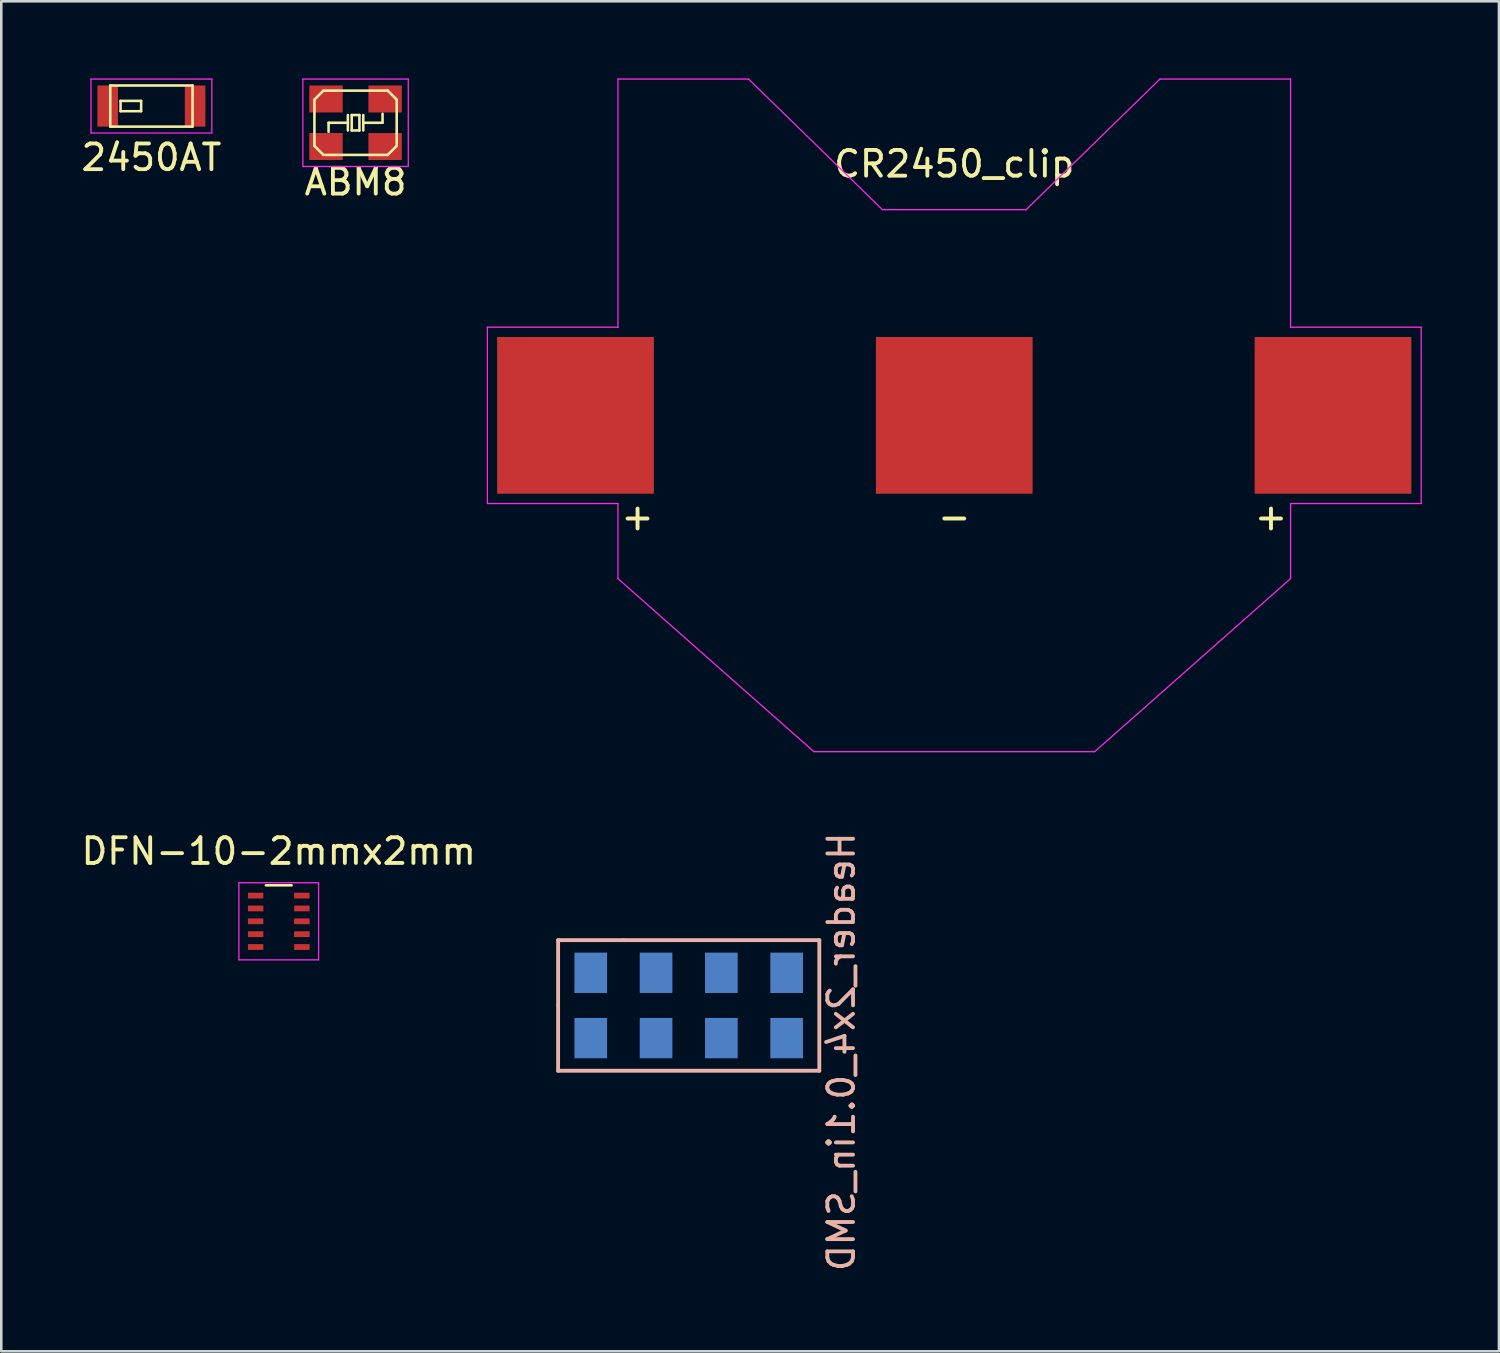
<source format=kicad_pcb>
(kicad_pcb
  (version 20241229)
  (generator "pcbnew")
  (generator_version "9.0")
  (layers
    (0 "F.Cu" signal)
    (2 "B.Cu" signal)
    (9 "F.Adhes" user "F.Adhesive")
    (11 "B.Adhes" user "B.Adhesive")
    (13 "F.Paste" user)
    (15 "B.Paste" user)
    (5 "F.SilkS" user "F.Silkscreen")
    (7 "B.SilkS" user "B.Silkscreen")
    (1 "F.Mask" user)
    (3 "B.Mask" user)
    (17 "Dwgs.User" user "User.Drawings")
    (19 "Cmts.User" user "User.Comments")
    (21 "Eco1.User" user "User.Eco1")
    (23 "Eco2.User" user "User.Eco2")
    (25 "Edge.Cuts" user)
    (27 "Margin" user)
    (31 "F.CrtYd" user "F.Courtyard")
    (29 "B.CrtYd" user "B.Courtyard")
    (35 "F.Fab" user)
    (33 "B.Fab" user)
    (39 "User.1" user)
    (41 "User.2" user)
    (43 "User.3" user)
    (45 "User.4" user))
  (footprint "ABM8"
    (layer "F.Cu")
    (at 10.78 1.725)
    (property "Reference" "ABM8" (at 0 2.3 0) (layer "F.SilkS") (effects (font (size 1 1) (thickness 0.15))))
    (attr through_hole)
    (fp_line (start -1.6 -0.9) (end -1.6 0.9) (stroke (width 0.1) (type solid)) (layer "F.SilkS"))
    (fp_line (start -1.6 -0.9) (end -1.25 -1.25) (stroke (width 0.1) (type solid)) (layer "F.SilkS"))
    (fp_line (start -1.6 0.9) (end -1.25 1.25) (stroke (width 0.1) (type solid)) (layer "F.SilkS"))
    (fp_line (start -1.25 1.25) (end 1.25 1.25) (stroke (width 0.1) (type solid)) (layer "F.SilkS"))
    (fp_line (start -1.05 0) (end -1.05 0.35) (stroke (width 0.1) (type solid)) (layer "F.SilkS"))
    (fp_line (start -0.3 -0.3) (end -0.3 0.3) (stroke (width 0.1) (type solid)) (layer "F.SilkS"))
    (fp_line (start -0.3 0) (end -1.05 0) (stroke (width 0.1) (type solid)) (layer "F.SilkS"))
    (fp_line (start -0.15 -0.3) (end 0.15 -0.3) (stroke (width 0.1) (type solid)) (layer "F.SilkS"))
    (fp_line (start -0.15 0.3) (end -0.15 -0.3) (stroke (width 0.1) (type solid)) (layer "F.SilkS"))
    (fp_line (start 0.15 -0.3) (end 0.15 0.3) (stroke (width 0.1) (type solid)) (layer "F.SilkS"))
    (fp_line (start 0.15 0.3) (end -0.15 0.3) (stroke (width 0.1) (type solid)) (layer "F.SilkS"))
    (fp_line (start 0.3 -0.3) (end 0.3 0.3) (stroke (width 0.1) (type solid)) (layer "F.SilkS"))
    (fp_line (start 0.3 0) (end 1.05 0) (stroke (width 0.1) (type solid)) (layer "F.SilkS"))
    (fp_line (start 1.05 0) (end 1.05 -0.35) (stroke (width 0.1) (type solid)) (layer "F.SilkS"))
    (fp_line (start 1.25 -1.25) (end -1.25 -1.25) (stroke (width 0.1) (type solid)) (layer "F.SilkS"))
    (fp_line (start 1.6 -0.9) (end 1.25 -1.25) (stroke (width 0.1) (type solid)) (layer "F.SilkS"))
    (fp_line (start 1.6 -0.9) (end 1.6 0.9) (stroke (width 0.1) (type solid)) (layer "F.SilkS"))
    (fp_line (start 1.6 0.9) (end 1.25 1.25) (stroke (width 0.1) (type solid)) (layer "F.SilkS"))
    (fp_line (start -2.05 -1.7) (end 2.05 -1.7) (stroke (width 0.05) (type solid)) (layer "F.CrtYd"))
    (fp_line (start -2.05 1.7) (end -2.05 -1.7) (stroke (width 0.05) (type solid)) (layer "F.CrtYd"))
    (fp_line (start 2.05 -1.7) (end 2.05 1.7) (stroke (width 0.05) (type solid)) (layer "F.CrtYd"))
    (fp_line (start 2.05 1.7) (end -2.05 1.7) (stroke (width 0.05) (type solid)) (layer "F.CrtYd"))
    (pad "1" smd rect (at -1.15 0.925) (size 1.3 1.05) (layers "F.Cu" "F.Mask" "F.Paste"))
    (pad "2" smd rect (at -1.15 -0.925) (size 1.3 1.05) (layers "F.Cu" "F.Mask" "F.Paste"))
    (pad "2" smd rect (at 1.15 0.925) (size 1.3 1.05) (layers "F.Cu" "F.Mask" "F.Paste"))
    (pad "3" smd rect (at 1.15 -0.925) (size 1.3 1.05) (layers "F.Cu" "F.Mask" "F.Paste")))
  (footprint "2450AT"
    (layer "F.Cu")
    (at 2.839 1.075)
    (property "Reference" "2450AT" (at 0 2 0) (layer "F.SilkS") (effects (font (size 1 1) (thickness 0.15))))
    (attr through_hole)
    (fp_line (start -1.6 -0.8) (end 1.6 -0.8) (stroke (width 0.1) (type solid)) (layer "F.SilkS"))
    (fp_line (start -1.6 0.8) (end -1.6 -0.8) (stroke (width 0.1) (type solid)) (layer "F.SilkS"))
    (fp_line (start -1.2 -0.2) (end -1.2 0.2) (stroke (width 0.1) (type solid)) (layer "F.SilkS"))
    (fp_line (start -1.2 -0.2) (end -0.4 -0.2) (stroke (width 0.1) (type solid)) (layer "F.SilkS"))
    (fp_line (start -0.4 -0.2) (end -0.4 0.2) (stroke (width 0.1) (type solid)) (layer "F.SilkS"))
    (fp_line (start -0.4 0.2) (end -1.2 0.2) (stroke (width 0.1) (type solid)) (layer "F.SilkS"))
    (fp_line (start 1.6 -0.8) (end 1.6 0.8) (stroke (width 0.1) (type solid)) (layer "F.SilkS"))
    (fp_line (start 1.6 0.8) (end -1.6 0.8) (stroke (width 0.1) (type solid)) (layer "F.SilkS"))
    (fp_line (start -2.35 -1.05) (end 2.35 -1.05) (stroke (width 0.05) (type solid)) (layer "F.CrtYd"))
    (fp_line (start -2.35 1.05) (end -2.35 -1.05) (stroke (width 0.05) (type solid)) (layer "F.CrtYd"))
    (fp_line (start 2.35 -1.05) (end 2.35 1.05) (stroke (width 0.05) (type solid)) (layer "F.CrtYd"))
    (fp_line (start 2.35 1.05) (end -2.35 1.05) (stroke (width 0.05) (type solid)) (layer "F.CrtYd"))
    (pad "1" smd rect (at -1.7 0) (size 0.8 1.6) (layers "F.Cu" "F.Mask" "F.Paste"))
    (pad "2" smd rect (at 1.7 0) (size 0.8 1.6) (layers "F.Cu" "F.Mask" "F.Paste")))
  (footprint "DFN-10-2mmx2mm"
    (layer "F.Cu")
    (at 7.792 32.785)
    (property "Reference" "DFN-10-2mmx2mm" (at 0 -2.725 0) (layer "F.SilkS") (effects (font (size 1 1) (thickness 0.15))))
    (attr smd)
    (fp_line (start -0.5 -1.4) (end 0.5 -1.4) (stroke (width 0.1) (type solid)) (layer "F.SilkS"))
    (fp_line (start -1.55 -1.5) (end -1.55 1.5) (stroke (width 0.05) (type solid)) (layer "F.CrtYd"))
    (fp_line (start -1.55 1.5) (end 1.55 1.5) (stroke (width 0.05) (type solid)) (layer "F.CrtYd"))
    (fp_line (start 1.55 -1.5) (end -1.55 -1.5) (stroke (width 0.05) (type solid)) (layer "F.CrtYd"))
    (fp_line (start 1.55 1.5) (end 1.55 -1.5) (stroke (width 0.05) (type solid)) (layer "F.CrtYd"))
    (pad "1" smd rect (at -0.9 -1) (size 0.6 0.225) (layers "F.Cu" "F.Mask" "F.Paste"))
    (pad "2" smd rect (at -0.9 -0.5) (size 0.6 0.225) (layers "F.Cu" "F.Mask" "F.Paste"))
    (pad "3" smd rect (at -0.9 0) (size 0.6 0.225) (layers "F.Cu" "F.Mask" "F.Paste"))
    (pad "4" smd rect (at -0.9 0.5) (size 0.6 0.225) (layers "F.Cu" "F.Mask" "F.Paste"))
    (pad "5" smd rect (at -0.9 1) (size 0.6 0.225) (layers "F.Cu" "F.Mask" "F.Paste"))
    (pad "6" smd rect (at 0.9 1) (size 0.6 0.225) (layers "F.Cu" "F.Mask" "F.Paste"))
    (pad "7" smd rect (at 0.9 0.5) (size 0.6 0.225) (layers "F.Cu" "F.Mask" "F.Paste"))
    (pad "8" smd rect (at 0.9 0) (size 0.6 0.225) (layers "F.Cu" "F.Mask" "F.Paste"))
    (pad "9" smd rect (at 0.9 -0.5) (size 0.6 0.225) (layers "F.Cu" "F.Mask" "F.Paste"))
    (pad "10" smd rect (at 0.9 -1) (size 0.6 0.225) (layers "F.Cu" "F.Mask" "F.Paste")))
  (footprint "Header_2x4_0.1in_SMD"
    (layer "F.Cu")
    (at 23.674 36.061)
    (property "Reference" "Header_2x4_0.1in_SMD" (at 6 1.8 90) (layer "B.SilkS") (effects (font (size 1 1) (thickness 0.15)) (justify mirror)))
    (attr through_hole)
    (fp_line (start -5.016 -2.543) (end -2.476 -2.543) (stroke (width 0.15) (type solid)) (layer "B.SilkS"))
    (fp_line (start -5.016 -0.003) (end -5.016 -2.543) (stroke (width 0.15) (type solid)) (layer "B.SilkS"))
    (fp_line (start -5.016 2.537) (end -5.016 -0.003) (stroke (width 0.15) (type solid)) (layer "B.SilkS"))
    (fp_line (start -2.476 -2.543) (end 5.144 -2.543) (stroke (width 0.15) (type solid)) (layer "B.SilkS"))
    (fp_line (start 5.144 -2.543) (end 5.144 2.537) (stroke (width 0.15) (type solid)) (layer "B.SilkS"))
    (fp_line (start 5.144 2.537) (end -5.016 2.537) (stroke (width 0.15) (type solid)) (layer "B.SilkS"))
    (pad "1" smd rect (at -3.746 1.267) (size 1.27 1.57) (layers "F.Mask" "B.Cu" "F.Paste"))
    (pad "2" smd rect (at -3.746 -1.273) (size 1.27 1.57) (layers "F.Mask" "B.Cu" "F.Paste"))
    (pad "3" smd rect (at -1.206 1.267) (size 1.27 1.57) (layers "F.Mask" "B.Cu" "F.Paste"))
    (pad "4" smd rect (at -1.206 -1.273) (size 1.27 1.57) (layers "F.Mask" "B.Cu" "F.Paste"))
    (pad "5" smd rect (at 1.334 1.267) (size 1.27 1.57) (layers "F.Mask" "B.Cu" "F.Paste"))
    (pad "6" smd rect (at 1.334 -1.273) (size 1.27 1.57) (layers "F.Mask" "B.Cu" "F.Paste"))
    (pad "7" smd rect (at 3.874 1.267) (size 1.27 1.57) (layers "F.Mask" "B.Cu" "F.Paste"))
    (pad "8" smd rect (at 3.874 -1.273) (size 1.27 1.57) (layers "F.Mask" "B.Cu" "F.Paste")))
  (footprint "CR2450_clip"
    (layer "F.Cu")
    (at 34.067 13.106)
    (property "Reference" "CR2450_clip" (at 0 -9.779 0) (layer "F.SilkS") (effects (font (size 1 1) (thickness 0.15))))
    (attr through_hole)
    (fp_line (start -18.161 -3.429) (end -18.161 3.429) (stroke (width 0.05) (type solid)) (layer "F.CrtYd"))
    (fp_line (start -18.161 -3.429) (end -13.081 -3.429) (stroke (width 0.05) (type solid)) (layer "F.CrtYd"))
    (fp_line (start -18.161 3.429) (end -13.081 3.429) (stroke (width 0.05) (type solid)) (layer "F.CrtYd"))
    (fp_line (start -13.081 -3.429) (end -13.081 -13.081) (stroke (width 0.05) (type solid)) (layer "F.CrtYd"))
    (fp_line (start -13.081 3.429) (end -13.081 6.35) (stroke (width 0.05) (type solid)) (layer "F.CrtYd"))
    (fp_line (start -13.081 6.35) (end -5.461 13.081) (stroke (width 0.05) (type solid)) (layer "F.CrtYd"))
    (fp_line (start -8.001 -13.081) (end -13.081 -13.081) (stroke (width 0.05) (type solid)) (layer "F.CrtYd"))
    (fp_line (start -8.001 -13.081) (end -2.794 -8.001) (stroke (width 0.05) (type solid)) (layer "F.CrtYd"))
    (fp_line (start -5.461 13.081) (end 5.461 13.081) (stroke (width 0.05) (type solid)) (layer "F.CrtYd"))
    (fp_line (start -2.794 -8.001) (end 2.794 -8.001) (stroke (width 0.05) (type solid)) (layer "F.CrtYd"))
    (fp_line (start 8.001 -13.081) (end 2.794 -8.001) (stroke (width 0.05) (type solid)) (layer "F.CrtYd"))
    (fp_line (start 13.081 -13.081) (end 8.001 -13.081) (stroke (width 0.05) (type solid)) (layer "F.CrtYd"))
    (fp_line (start 13.081 -3.429) (end 13.081 -13.081) (stroke (width 0.05) (type solid)) (layer "F.CrtYd"))
    (fp_line (start 13.081 6.35) (end 5.461 13.081) (stroke (width 0.05) (type solid)) (layer "F.CrtYd"))
    (fp_line (start 13.081 6.35) (end 13.081 3.429) (stroke (width 0.05) (type solid)) (layer "F.CrtYd"))
    (fp_line (start 18.161 -3.429) (end 13.081 -3.429) (stroke (width 0.05) (type solid)) (layer "F.CrtYd"))
    (fp_line (start 18.161 3.429) (end 13.081 3.429) (stroke (width 0.05) (type solid)) (layer "F.CrtYd"))
    (fp_line (start 18.161 3.429) (end 18.161 -3.429) (stroke (width 0.05) (type solid)) (layer "F.CrtYd"))
    (fp_text user "+" (at -12.319 3.937 0) (layer "F.SilkS") (effects (font (size 1.016 1.016) (thickness 0.152))))
    (fp_text user "-" (at 0 3.937 0) (layer "F.SilkS") (effects (font (size 1.016 1.016) (thickness 0.152))))
    (fp_text user "+" (at 12.319 3.937 0) (layer "F.SilkS") (effects (font (size 1.016 1.016) (thickness 0.152))))
    (pad "1" smd rect (at -14.732 0) (size 6.096 6.096) (layers "F.Cu" "F.Mask" "F.Paste"))
    (pad "1" smd rect (at 14.732 0) (size 6.096 6.096) (layers "F.Cu" "F.Mask" "F.Paste"))
    (pad "2" smd rect (at 0 0) (size 6.096 6.096) (layers "F.Cu" "F.Mask" "F.Paste")))
  (gr_rect
    (start -3 -3)
    (end 55.253 49.51)
    (stroke (width 0.1) (type default))
    (fill no)
    (layer "Edge.Cuts")))
</source>
